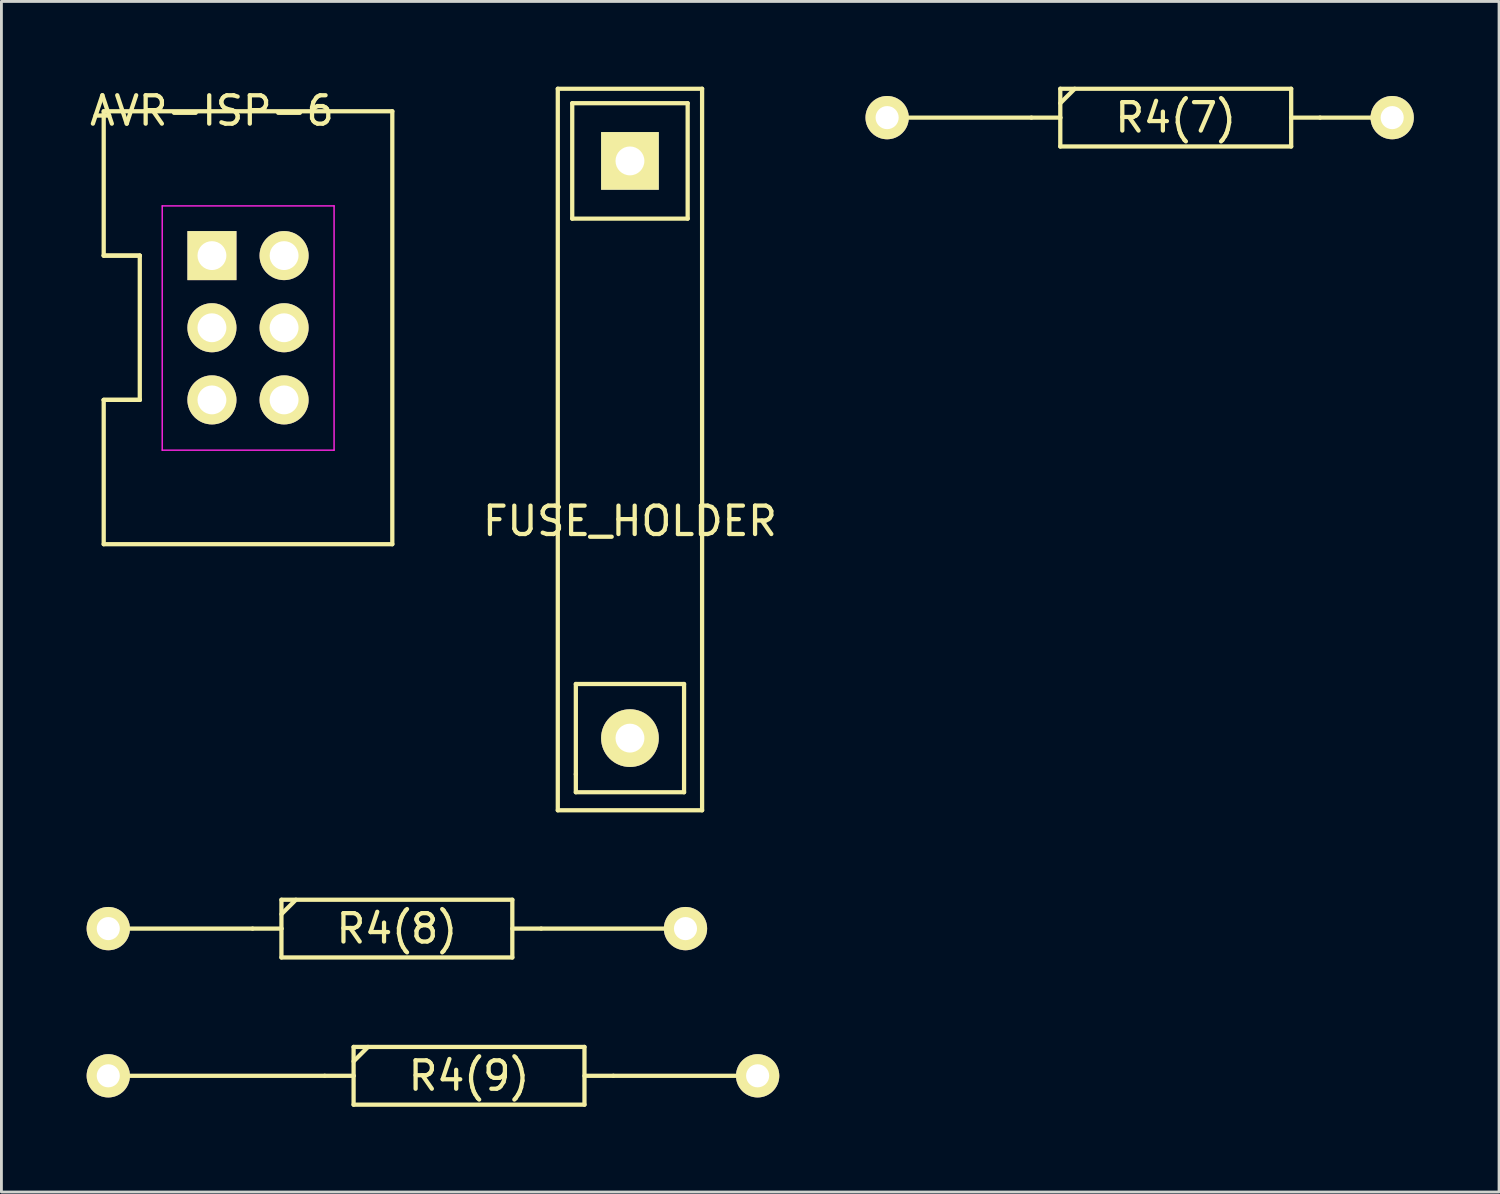
<source format=kicad_pcb>
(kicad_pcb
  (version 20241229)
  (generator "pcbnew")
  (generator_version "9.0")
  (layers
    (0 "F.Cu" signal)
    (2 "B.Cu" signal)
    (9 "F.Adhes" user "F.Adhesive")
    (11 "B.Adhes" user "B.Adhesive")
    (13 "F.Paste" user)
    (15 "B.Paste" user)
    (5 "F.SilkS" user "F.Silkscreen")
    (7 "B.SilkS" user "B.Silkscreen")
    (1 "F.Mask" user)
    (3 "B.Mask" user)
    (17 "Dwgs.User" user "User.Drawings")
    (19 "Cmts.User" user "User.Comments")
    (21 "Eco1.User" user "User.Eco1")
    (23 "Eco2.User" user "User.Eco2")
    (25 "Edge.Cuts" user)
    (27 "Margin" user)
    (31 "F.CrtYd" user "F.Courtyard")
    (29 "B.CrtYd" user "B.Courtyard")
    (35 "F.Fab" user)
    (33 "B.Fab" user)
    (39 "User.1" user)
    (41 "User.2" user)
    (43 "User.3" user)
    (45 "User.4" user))
  (footprint "R4(9)"
    (layer "F.Cu")
    (at 13.462 34.823)
    (property "Reference" "R4(9)" (at 0 0 0) (layer "F.SilkS") (effects (font (size 1 1) (thickness 0.15))))
    (attr through_hole)
    (fp_line (start -5.08 0) (end -12.7 0) (stroke (width 0.15) (type solid)) (layer "F.SilkS"))
    (fp_line (start -5.08 0) (end -4.064 0) (stroke (width 0.15) (type solid)) (layer "F.SilkS"))
    (fp_line (start -4.064 -1.016) (end 4.064 -1.016) (stroke (width 0.15) (type solid)) (layer "F.SilkS"))
    (fp_line (start -4.064 -0.508) (end -3.556 -1.016) (stroke (width 0.15) (type solid)) (layer "F.SilkS"))
    (fp_line (start -4.064 0) (end -4.064 -1.016) (stroke (width 0.15) (type solid)) (layer "F.SilkS"))
    (fp_line (start -4.064 1.016) (end -4.064 0) (stroke (width 0.15) (type solid)) (layer "F.SilkS"))
    (fp_line (start 4.064 -1.016) (end 4.064 1.016) (stroke (width 0.15) (type solid)) (layer "F.SilkS"))
    (fp_line (start 4.064 1.016) (end -4.064 1.016) (stroke (width 0.15) (type solid)) (layer "F.SilkS"))
    (fp_line (start 5.08 0) (end 4.064 0) (stroke (width 0.15) (type solid)) (layer "F.SilkS"))
    (fp_line (start 10.16 0) (end 5.08 0) (stroke (width 0.15) (type solid)) (layer "F.SilkS"))
    (pad "1" thru_hole circle (at -12.7 0) (size 1.524 1.524) (drill 0.813) (layers "*.Cu" "*.Mask" "F.SilkS"))
    (pad "2" thru_hole circle (at 10.16 0) (size 1.524 1.524) (drill 0.813) (layers "*.Cu" "*.Mask" "F.SilkS")))
  (footprint "FUSE_HOLDER"
    (layer "F.Cu")
    (at 19.127 22.935)
    (property "Reference" "FUSE_HOLDER" (at 0 -7.64 0) (layer "F.SilkS") (effects (font (size 1 1) (thickness 0.15))))
    (attr through_hole)
    (fp_line (start -2.54 -22.86) (end -2.54 2.54) (stroke (width 0.15) (type solid)) (layer "F.SilkS"))
    (fp_line (start -2.54 2.54) (end 2.54 2.54) (stroke (width 0.15) (type solid)) (layer "F.SilkS"))
    (fp_line (start -2.032 -22.352) (end -2.032 -18.288) (stroke (width 0.15) (type solid)) (layer "F.SilkS"))
    (fp_line (start -2.032 -18.288) (end 2.032 -18.288) (stroke (width 0.15) (type solid)) (layer "F.SilkS"))
    (fp_line (start -1.905 -1.905) (end 1.905 -1.905) (stroke (width 0.15) (type solid)) (layer "F.SilkS"))
    (fp_line (start -1.905 1.27) (end -1.905 -1.905) (stroke (width 0.15) (type solid)) (layer "F.SilkS"))
    (fp_line (start -1.905 1.905) (end -1.905 1.27) (stroke (width 0.15) (type solid)) (layer "F.SilkS"))
    (fp_line (start 1.905 -1.905) (end 1.905 1.905) (stroke (width 0.15) (type solid)) (layer "F.SilkS"))
    (fp_line (start 1.905 1.905) (end -1.905 1.905) (stroke (width 0.15) (type solid)) (layer "F.SilkS"))
    (fp_line (start 2.032 -22.352) (end -2.032 -22.352) (stroke (width 0.15) (type solid)) (layer "F.SilkS"))
    (fp_line (start 2.032 -18.288) (end 2.032 -22.352) (stroke (width 0.15) (type solid)) (layer "F.SilkS"))
    (fp_line (start 2.54 -22.86) (end -2.54 -22.86) (stroke (width 0.15) (type solid)) (layer "F.SilkS"))
    (fp_line (start 2.54 2.54) (end 2.54 -22.86) (stroke (width 0.15) (type solid)) (layer "F.SilkS"))
    (pad "1" thru_hole rect (at 0 -20.32) (size 2.032 2.032) (drill 1.016) (layers "*.Cu" "*.Mask" "F.SilkS"))
    (pad "2" thru_hole oval (at 0 0) (size 2.032 2.032) (drill 1.016) (layers "*.Cu" "*.Mask" "F.SilkS")))
  (footprint "AVR-ISP-6"
    (layer "F.Cu")
    (at 4.411 5.948)
    (property "Reference" "AVR-ISP-6" (at 0 -5.1 0) (layer "F.SilkS") (effects (font (size 1 1) (thickness 0.15))))
    (attr through_hole)
    (fp_line (start -3.81 -5.08) (end -3.81 0) (stroke (width 0.15) (type solid)) (layer "F.SilkS"))
    (fp_line (start -3.81 -5.08) (end 6.35 -5.08) (stroke (width 0.15) (type solid)) (layer "F.SilkS"))
    (fp_line (start -3.81 0) (end -2.54 0) (stroke (width 0.15) (type solid)) (layer "F.SilkS"))
    (fp_line (start -3.81 5.08) (end -3.81 10.16) (stroke (width 0.15) (type solid)) (layer "F.SilkS"))
    (fp_line (start -3.81 5.08) (end -2.54 5.08) (stroke (width 0.15) (type solid)) (layer "F.SilkS"))
    (fp_line (start -2.54 0) (end -3.81 0) (stroke (width 0.15) (type solid)) (layer "F.SilkS"))
    (fp_line (start -2.54 0) (end -2.54 5.08) (stroke (width 0.15) (type solid)) (layer "F.SilkS"))
    (fp_line (start -2.54 5.08) (end -3.81 5.08) (stroke (width 0.15) (type solid)) (layer "F.SilkS"))
    (fp_line (start 6.35 -5.08) (end 6.35 10.16) (stroke (width 0.15) (type solid)) (layer "F.SilkS"))
    (fp_line (start 6.35 10.16) (end -3.81 10.16) (stroke (width 0.15) (type solid)) (layer "F.SilkS"))
    (fp_line (start -1.75 -1.75) (end -1.75 6.85) (stroke (width 0.05) (type solid)) (layer "F.CrtYd"))
    (fp_line (start -1.75 -1.75) (end 4.3 -1.75) (stroke (width 0.05) (type solid)) (layer "F.CrtYd"))
    (fp_line (start -1.75 6.85) (end 4.3 6.85) (stroke (width 0.05) (type solid)) (layer "F.CrtYd"))
    (fp_line (start 4.3 -1.75) (end 4.3 6.85) (stroke (width 0.05) (type solid)) (layer "F.CrtYd"))
    (fp_text user "RST" (at 0 5.08 0) (layer "F.SilkS") (effects (font (size 0.2 0.2) (thickness 0.05))))
    (fp_text user "GND" (at 2.54 5.08 0) (layer "F.SilkS") (effects (font (size 0.2 0.2) (thickness 0.05))))
    (fp_text user "VDD" (at 2.54 0 0) (layer "F.SilkS") (effects (font (size 0.2 0.2) (thickness 0.05))))
    (fp_text user "MISO" (at 0 0 0) (layer "F.SilkS") (effects (font (size 0.2 0.2) (thickness 0.05))))
    (fp_text user "SCk" (at 0 2.54 0) (layer "F.SilkS") (effects (font (size 0.2 0.2) (thickness 0.05))))
    (fp_text user "MOSI" (at 2.54 2.54 0) (layer "F.SilkS") (effects (font (size 0.2 0.2) (thickness 0.05))))
    (pad "1" thru_hole rect (at 0 0) (size 1.727 1.727) (drill 1.016) (layers "*.Cu" "*.Mask" "F.SilkS"))
    (pad "2" thru_hole oval (at 2.54 0) (size 1.727 1.727) (drill 1.016) (layers "*.Cu" "*.Mask" "F.SilkS"))
    (pad "3" thru_hole oval (at 0 2.54) (size 1.727 1.727) (drill 1.016) (layers "*.Cu" "*.Mask" "F.SilkS"))
    (pad "4" thru_hole oval (at 2.54 2.54) (size 1.727 1.727) (drill 1.016) (layers "*.Cu" "*.Mask" "F.SilkS"))
    (pad "5" thru_hole oval (at 0 5.08) (size 1.727 1.727) (drill 1.016) (layers "*.Cu" "*.Mask" "F.SilkS"))
    (pad "6" thru_hole oval (at 2.54 5.08) (size 1.727 1.727) (drill 1.016) (layers "*.Cu" "*.Mask" "F.SilkS")))
  (footprint "R4(8)"
    (layer "F.Cu")
    (at 10.922 29.641)
    (property "Reference" "R4(8)" (at 0 0 0) (layer "F.SilkS") (effects (font (size 1 1) (thickness 0.15))))
    (attr through_hole)
    (fp_line (start -5.08 0) (end -10.16 0) (stroke (width 0.15) (type solid)) (layer "F.SilkS"))
    (fp_line (start -5.08 0) (end -4.064 0) (stroke (width 0.15) (type solid)) (layer "F.SilkS"))
    (fp_line (start -4.064 -1.016) (end 4.064 -1.016) (stroke (width 0.15) (type solid)) (layer "F.SilkS"))
    (fp_line (start -4.064 -0.508) (end -3.556 -1.016) (stroke (width 0.15) (type solid)) (layer "F.SilkS"))
    (fp_line (start -4.064 0) (end -4.064 -1.016) (stroke (width 0.15) (type solid)) (layer "F.SilkS"))
    (fp_line (start -4.064 1.016) (end -4.064 0) (stroke (width 0.15) (type solid)) (layer "F.SilkS"))
    (fp_line (start 4.064 -1.016) (end 4.064 1.016) (stroke (width 0.15) (type solid)) (layer "F.SilkS"))
    (fp_line (start 4.064 1.016) (end -4.064 1.016) (stroke (width 0.15) (type solid)) (layer "F.SilkS"))
    (fp_line (start 5.08 0) (end 4.064 0) (stroke (width 0.15) (type solid)) (layer "F.SilkS"))
    (fp_line (start 10.16 0) (end 5.08 0) (stroke (width 0.15) (type solid)) (layer "F.SilkS"))
    (pad "1" thru_hole circle (at -10.16 0) (size 1.524 1.524) (drill 0.813) (layers "*.Cu" "*.Mask" "F.SilkS"))
    (pad "2" thru_hole circle (at 10.16 0) (size 1.524 1.524) (drill 0.813) (layers "*.Cu" "*.Mask" "F.SilkS")))
  (footprint "R4(7)"
    (layer "F.Cu")
    (at 38.341 1.091)
    (property "Reference" "R4(7)" (at 0 0 0) (layer "F.SilkS") (effects (font (size 1 1) (thickness 0.15))))
    (attr through_hole)
    (fp_line (start -5.08 0) (end -10.16 0) (stroke (width 0.15) (type solid)) (layer "F.SilkS"))
    (fp_line (start -5.08 0) (end -4.064 0) (stroke (width 0.15) (type solid)) (layer "F.SilkS"))
    (fp_line (start -4.064 -1.016) (end 4.064 -1.016) (stroke (width 0.15) (type solid)) (layer "F.SilkS"))
    (fp_line (start -4.064 -0.508) (end -3.556 -1.016) (stroke (width 0.15) (type solid)) (layer "F.SilkS"))
    (fp_line (start -4.064 0) (end -4.064 -1.016) (stroke (width 0.15) (type solid)) (layer "F.SilkS"))
    (fp_line (start -4.064 1.016) (end -4.064 0) (stroke (width 0.15) (type solid)) (layer "F.SilkS"))
    (fp_line (start 4.064 -1.016) (end 4.064 1.016) (stroke (width 0.15) (type solid)) (layer "F.SilkS"))
    (fp_line (start 4.064 1.016) (end -4.064 1.016) (stroke (width 0.15) (type solid)) (layer "F.SilkS"))
    (fp_line (start 5.08 0) (end 4.064 0) (stroke (width 0.15) (type solid)) (layer "F.SilkS"))
    (fp_line (start 7.62 0) (end 5.08 0) (stroke (width 0.15) (type solid)) (layer "F.SilkS"))
    (pad "1" thru_hole circle (at -10.16 0) (size 1.524 1.524) (drill 0.813) (layers "*.Cu" "*.Mask" "F.SilkS"))
    (pad "2" thru_hole circle (at 7.62 0) (size 1.524 1.524) (drill 0.813) (layers "*.Cu" "*.Mask" "F.SilkS")))
  (gr_rect
    (start -3 -3)
    (end 49.723 38.914)
    (stroke (width 0.1) (type default))
    (fill no)
    (layer "Edge.Cuts")))
</source>
